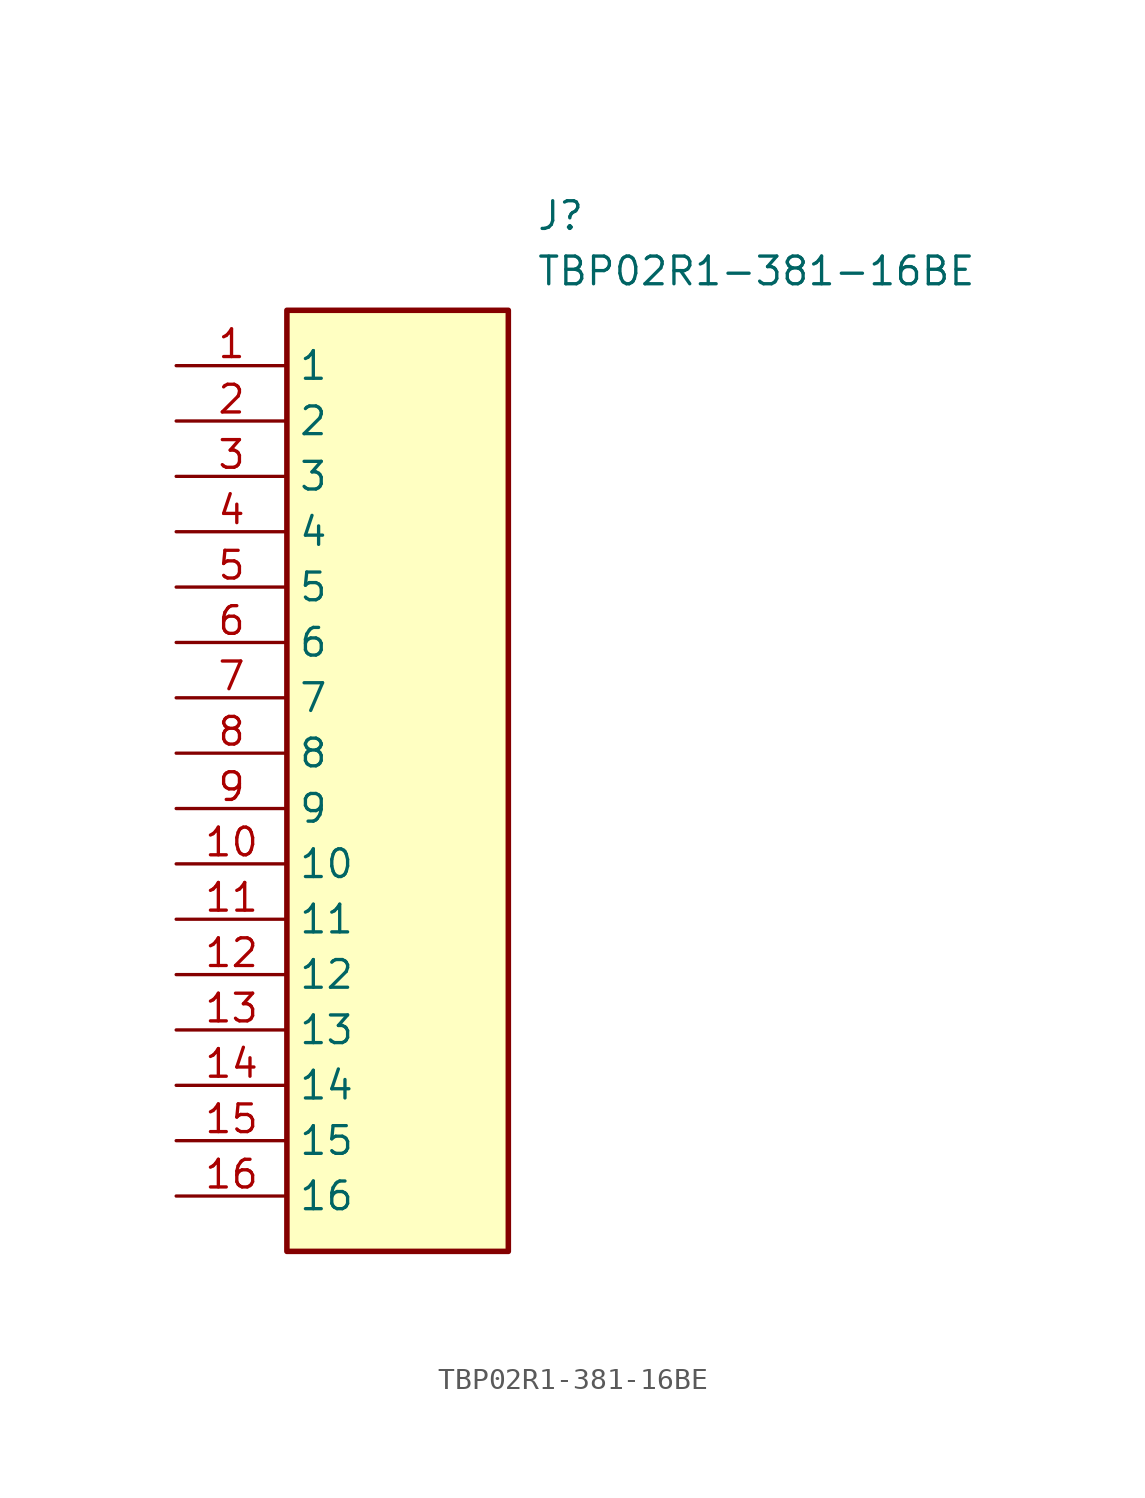
<source format=kicad_sym>
(kicad_symbol_lib
  (version 20211014)
  (generator SamacSys_ECAD_Model)
  (symbol "TBP02R1-381-16BE"
    (property "Reference" "J"
      (at 16.51 7.62 0)
      (effects (font (size 1.27 1.27)) (justify left top)))
    (property "Value" "TBP02R1-381-16BE"
      (at 16.51 5.08 0)
      (effects (font (size 1.27 1.27)) (justify left top)))
    (rectangle
      (start 5.08 2.54)
      (end 15.24 -40.64)
      (stroke (width 0.254) (type default))
      (fill (type background)))
    (pin passive line
      (at 0 0 0)
      (length 5.08)
      (name "1" (effects (font (size 1.27 1.27))))
      (number "1" (effects (font (size 1.27 1.27)))))
    (pin passive line
      (at 0 -2.54 0)
      (length 5.08)
      (name "2" (effects (font (size 1.27 1.27))))
      (number "2" (effects (font (size 1.27 1.27)))))
    (pin passive line
      (at 0 -5.08 0)
      (length 5.08)
      (name "3" (effects (font (size 1.27 1.27))))
      (number "3" (effects (font (size 1.27 1.27)))))
    (pin passive line
      (at 0 -7.62 0)
      (length 5.08)
      (name "4" (effects (font (size 1.27 1.27))))
      (number "4" (effects (font (size 1.27 1.27)))))
    (pin passive line
      (at 0 -10.16 0)
      (length 5.08)
      (name "5" (effects (font (size 1.27 1.27))))
      (number "5" (effects (font (size 1.27 1.27)))))
    (pin passive line
      (at 0 -12.7 0)
      (length 5.08)
      (name "6" (effects (font (size 1.27 1.27))))
      (number "6" (effects (font (size 1.27 1.27)))))
    (pin passive line
      (at 0 -15.24 0)
      (length 5.08)
      (name "7" (effects (font (size 1.27 1.27))))
      (number "7" (effects (font (size 1.27 1.27)))))
    (pin passive line
      (at 0 -17.78 0)
      (length 5.08)
      (name "8" (effects (font (size 1.27 1.27))))
      (number "8" (effects (font (size 1.27 1.27)))))
    (pin passive line
      (at 0 -20.32 0)
      (length 5.08)
      (name "9" (effects (font (size 1.27 1.27))))
      (number "9" (effects (font (size 1.27 1.27)))))
    (pin passive line
      (at 0 -22.86 0)
      (length 5.08)
      (name "10" (effects (font (size 1.27 1.27))))
      (number "10" (effects (font (size 1.27 1.27)))))
    (pin passive line
      (at 0 -25.4 0)
      (length 5.08)
      (name "11" (effects (font (size 1.27 1.27))))
      (number "11" (effects (font (size 1.27 1.27)))))
    (pin passive line
      (at 0 -27.94 0)
      (length 5.08)
      (name "12" (effects (font (size 1.27 1.27))))
      (number "12" (effects (font (size 1.27 1.27)))))
    (pin passive line
      (at 0 -30.48 0)
      (length 5.08)
      (name "13" (effects (font (size 1.27 1.27))))
      (number "13" (effects (font (size 1.27 1.27)))))
    (pin passive line
      (at 0 -33.02 0)
      (length 5.08)
      (name "14" (effects (font (size 1.27 1.27))))
      (number "14" (effects (font (size 1.27 1.27)))))
    (pin passive line
      (at 0 -35.56 0)
      (length 5.08)
      (name "15" (effects (font (size 1.27 1.27))))
      (number "15" (effects (font (size 1.27 1.27)))))
    (pin passive line
      (at 0 -38.1 0)
      (length 5.08)
      (name "16" (effects (font (size 1.27 1.27))))
      (number "16" (effects (font (size 1.27 1.27)))))))
</source>
